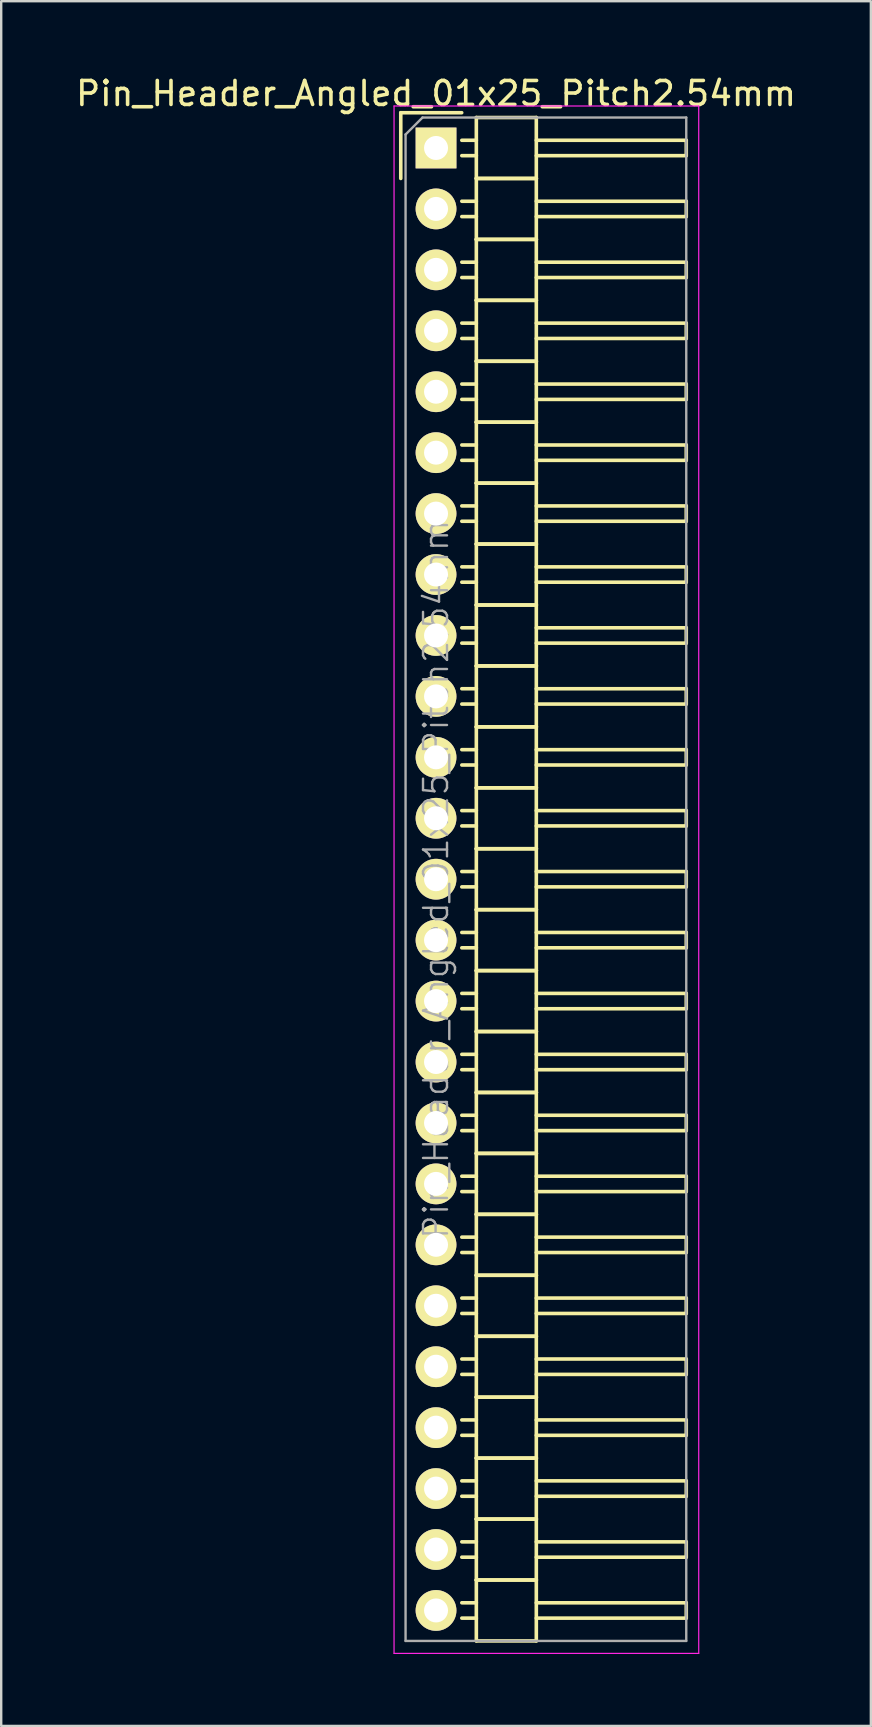
<source format=kicad_pcb>
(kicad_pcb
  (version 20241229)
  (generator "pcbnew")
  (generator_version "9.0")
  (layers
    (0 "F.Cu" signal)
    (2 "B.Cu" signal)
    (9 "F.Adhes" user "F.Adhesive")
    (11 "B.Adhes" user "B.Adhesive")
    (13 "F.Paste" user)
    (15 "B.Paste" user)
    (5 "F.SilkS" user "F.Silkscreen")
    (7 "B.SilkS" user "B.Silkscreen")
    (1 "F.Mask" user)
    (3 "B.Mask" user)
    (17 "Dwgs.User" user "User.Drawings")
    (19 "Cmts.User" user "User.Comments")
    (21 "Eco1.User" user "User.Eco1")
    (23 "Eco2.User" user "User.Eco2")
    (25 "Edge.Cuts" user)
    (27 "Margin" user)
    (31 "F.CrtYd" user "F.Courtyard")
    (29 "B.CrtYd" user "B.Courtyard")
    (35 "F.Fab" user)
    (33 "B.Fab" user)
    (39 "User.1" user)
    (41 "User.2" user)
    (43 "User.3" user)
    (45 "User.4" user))
  (footprint "Pin_Header_Angled_01x25_Pitch2.54mm"
    (layer "F.Cu")
    (at 15.125 3.118)
    (property "Reference" "Pin_Header_Angled_01x25_Pitch2.54mm" (at 0 -2.27 0) (layer "F.SilkS") (effects (font (size 1 1) (thickness 0.15))))
    (attr smd)
    (fp_line (start -1.47 -1.47) (end -1.47 1.27) (stroke (width 0.15) (type solid)) (layer "F.SilkS"))
    (fp_line (start -1.47 -1.47) (end 1.07 -1.47) (stroke (width 0.15) (type solid)) (layer "F.SilkS"))
    (fp_line (start 1.68 -0.32) (end 1.075 -0.32) (stroke (width 0.15) (type solid)) (layer "F.SilkS"))
    (fp_line (start 1.68 0.32) (end 1.075 0.32) (stroke (width 0.15) (type solid)) (layer "F.SilkS"))
    (fp_line (start 1.68 1.27) (end 1.68 -1.27) (stroke (width 0.15) (type solid)) (layer "F.SilkS"))
    (fp_line (start 1.68 2.22) (end 1.075 2.22) (stroke (width 0.15) (type solid)) (layer "F.SilkS"))
    (fp_line (start 1.68 2.86) (end 1.075 2.86) (stroke (width 0.15) (type solid)) (layer "F.SilkS"))
    (fp_line (start 1.68 3.81) (end 1.68 1.27) (stroke (width 0.15) (type solid)) (layer "F.SilkS"))
    (fp_line (start 1.68 4.76) (end 1.075 4.76) (stroke (width 0.15) (type solid)) (layer "F.SilkS"))
    (fp_line (start 1.68 5.4) (end 1.075 5.4) (stroke (width 0.15) (type solid)) (layer "F.SilkS"))
    (fp_line (start 1.68 6.35) (end 1.68 3.81) (stroke (width 0.15) (type solid)) (layer "F.SilkS"))
    (fp_line (start 1.68 7.3) (end 1.075 7.3) (stroke (width 0.15) (type solid)) (layer "F.SilkS"))
    (fp_line (start 1.68 7.94) (end 1.075 7.94) (stroke (width 0.15) (type solid)) (layer "F.SilkS"))
    (fp_line (start 1.68 8.89) (end 1.68 6.35) (stroke (width 0.15) (type solid)) (layer "F.SilkS"))
    (fp_line (start 1.68 9.84) (end 1.075 9.84) (stroke (width 0.15) (type solid)) (layer "F.SilkS"))
    (fp_line (start 1.68 10.48) (end 1.075 10.48) (stroke (width 0.15) (type solid)) (layer "F.SilkS"))
    (fp_line (start 1.68 11.43) (end 1.68 8.89) (stroke (width 0.15) (type solid)) (layer "F.SilkS"))
    (fp_line (start 1.68 12.38) (end 1.075 12.38) (stroke (width 0.15) (type solid)) (layer "F.SilkS"))
    (fp_line (start 1.68 13.02) (end 1.075 13.02) (stroke (width 0.15) (type solid)) (layer "F.SilkS"))
    (fp_line (start 1.68 13.97) (end 1.68 11.43) (stroke (width 0.15) (type solid)) (layer "F.SilkS"))
    (fp_line (start 1.68 14.92) (end 1.075 14.92) (stroke (width 0.15) (type solid)) (layer "F.SilkS"))
    (fp_line (start 1.68 15.56) (end 1.075 15.56) (stroke (width 0.15) (type solid)) (layer "F.SilkS"))
    (fp_line (start 1.68 16.51) (end 1.68 13.97) (stroke (width 0.15) (type solid)) (layer "F.SilkS"))
    (fp_line (start 1.68 17.46) (end 1.075 17.46) (stroke (width 0.15) (type solid)) (layer "F.SilkS"))
    (fp_line (start 1.68 18.1) (end 1.075 18.1) (stroke (width 0.15) (type solid)) (layer "F.SilkS"))
    (fp_line (start 1.68 19.05) (end 1.68 16.51) (stroke (width 0.15) (type solid)) (layer "F.SilkS"))
    (fp_line (start 1.68 20) (end 1.075 20) (stroke (width 0.15) (type solid)) (layer "F.SilkS"))
    (fp_line (start 1.68 20.64) (end 1.075 20.64) (stroke (width 0.15) (type solid)) (layer "F.SilkS"))
    (fp_line (start 1.68 21.59) (end 1.68 19.05) (stroke (width 0.15) (type solid)) (layer "F.SilkS"))
    (fp_line (start 1.68 22.54) (end 1.075 22.54) (stroke (width 0.15) (type solid)) (layer "F.SilkS"))
    (fp_line (start 1.68 23.18) (end 1.075 23.18) (stroke (width 0.15) (type solid)) (layer "F.SilkS"))
    (fp_line (start 1.68 24.13) (end 1.68 21.59) (stroke (width 0.15) (type solid)) (layer "F.SilkS"))
    (fp_line (start 1.68 25.08) (end 1.075 25.08) (stroke (width 0.15) (type solid)) (layer "F.SilkS"))
    (fp_line (start 1.68 25.72) (end 1.075 25.72) (stroke (width 0.15) (type solid)) (layer "F.SilkS"))
    (fp_line (start 1.68 26.67) (end 1.68 24.13) (stroke (width 0.15) (type solid)) (layer "F.SilkS"))
    (fp_line (start 1.68 27.62) (end 1.075 27.62) (stroke (width 0.15) (type solid)) (layer "F.SilkS"))
    (fp_line (start 1.68 28.26) (end 1.075 28.26) (stroke (width 0.15) (type solid)) (layer "F.SilkS"))
    (fp_line (start 1.68 29.21) (end 1.68 26.67) (stroke (width 0.15) (type solid)) (layer "F.SilkS"))
    (fp_line (start 1.68 30.16) (end 1.075 30.16) (stroke (width 0.15) (type solid)) (layer "F.SilkS"))
    (fp_line (start 1.68 30.8) (end 1.075 30.8) (stroke (width 0.15) (type solid)) (layer "F.SilkS"))
    (fp_line (start 1.68 31.75) (end 1.68 29.21) (stroke (width 0.15) (type solid)) (layer "F.SilkS"))
    (fp_line (start 1.68 32.7) (end 1.075 32.7) (stroke (width 0.15) (type solid)) (layer "F.SilkS"))
    (fp_line (start 1.68 33.34) (end 1.075 33.34) (stroke (width 0.15) (type solid)) (layer "F.SilkS"))
    (fp_line (start 1.68 34.29) (end 1.68 31.75) (stroke (width 0.15) (type solid)) (layer "F.SilkS"))
    (fp_line (start 1.68 35.24) (end 1.075 35.24) (stroke (width 0.15) (type solid)) (layer "F.SilkS"))
    (fp_line (start 1.68 35.88) (end 1.075 35.88) (stroke (width 0.15) (type solid)) (layer "F.SilkS"))
    (fp_line (start 1.68 36.83) (end 1.68 34.29) (stroke (width 0.15) (type solid)) (layer "F.SilkS"))
    (fp_line (start 1.68 37.78) (end 1.075 37.78) (stroke (width 0.15) (type solid)) (layer "F.SilkS"))
    (fp_line (start 1.68 38.42) (end 1.075 38.42) (stroke (width 0.15) (type solid)) (layer "F.SilkS"))
    (fp_line (start 1.68 39.37) (end 1.68 36.83) (stroke (width 0.15) (type solid)) (layer "F.SilkS"))
    (fp_line (start 1.68 40.32) (end 1.075 40.32) (stroke (width 0.15) (type solid)) (layer "F.SilkS"))
    (fp_line (start 1.68 40.96) (end 1.075 40.96) (stroke (width 0.15) (type solid)) (layer "F.SilkS"))
    (fp_line (start 1.68 41.91) (end 1.68 39.37) (stroke (width 0.15) (type solid)) (layer "F.SilkS"))
    (fp_line (start 1.68 42.86) (end 1.075 42.86) (stroke (width 0.15) (type solid)) (layer "F.SilkS"))
    (fp_line (start 1.68 43.5) (end 1.075 43.5) (stroke (width 0.15) (type solid)) (layer "F.SilkS"))
    (fp_line (start 1.68 44.45) (end 1.68 41.91) (stroke (width 0.15) (type solid)) (layer "F.SilkS"))
    (fp_line (start 1.68 45.4) (end 1.075 45.4) (stroke (width 0.15) (type solid)) (layer "F.SilkS"))
    (fp_line (start 1.68 46.04) (end 1.075 46.04) (stroke (width 0.15) (type solid)) (layer "F.SilkS"))
    (fp_line (start 1.68 46.99) (end 1.68 44.45) (stroke (width 0.15) (type solid)) (layer "F.SilkS"))
    (fp_line (start 1.68 47.94) (end 1.075 47.94) (stroke (width 0.15) (type solid)) (layer "F.SilkS"))
    (fp_line (start 1.68 48.58) (end 1.075 48.58) (stroke (width 0.15) (type solid)) (layer "F.SilkS"))
    (fp_line (start 1.68 49.53) (end 1.68 46.99) (stroke (width 0.15) (type solid)) (layer "F.SilkS"))
    (fp_line (start 1.68 50.48) (end 1.075 50.48) (stroke (width 0.15) (type solid)) (layer "F.SilkS"))
    (fp_line (start 1.68 51.12) (end 1.075 51.12) (stroke (width 0.15) (type solid)) (layer "F.SilkS"))
    (fp_line (start 1.68 52.07) (end 1.68 49.53) (stroke (width 0.15) (type solid)) (layer "F.SilkS"))
    (fp_line (start 1.68 53.02) (end 1.075 53.02) (stroke (width 0.15) (type solid)) (layer "F.SilkS"))
    (fp_line (start 1.68 53.66) (end 1.075 53.66) (stroke (width 0.15) (type solid)) (layer "F.SilkS"))
    (fp_line (start 1.68 54.61) (end 1.68 52.07) (stroke (width 0.15) (type solid)) (layer "F.SilkS"))
    (fp_line (start 1.68 55.56) (end 1.075 55.56) (stroke (width 0.15) (type solid)) (layer "F.SilkS"))
    (fp_line (start 1.68 56.2) (end 1.075 56.2) (stroke (width 0.15) (type solid)) (layer "F.SilkS"))
    (fp_line (start 1.68 57.15) (end 1.68 54.61) (stroke (width 0.15) (type solid)) (layer "F.SilkS"))
    (fp_line (start 1.68 58.1) (end 1.075 58.1) (stroke (width 0.15) (type solid)) (layer "F.SilkS"))
    (fp_line (start 1.68 58.74) (end 1.075 58.74) (stroke (width 0.15) (type solid)) (layer "F.SilkS"))
    (fp_line (start 1.68 59.69) (end 1.68 57.15) (stroke (width 0.15) (type solid)) (layer "F.SilkS"))
    (fp_line (start 1.68 60.64) (end 1.075 60.64) (stroke (width 0.15) (type solid)) (layer "F.SilkS"))
    (fp_line (start 1.68 61.28) (end 1.075 61.28) (stroke (width 0.15) (type solid)) (layer "F.SilkS"))
    (fp_line (start 1.68 62.23) (end 1.68 59.69) (stroke (width 0.15) (type solid)) (layer "F.SilkS"))
    (fp_line (start 4.18 -1.27) (end 1.68 -1.27) (stroke (width 0.15) (type solid)) (layer "F.SilkS"))
    (fp_line (start 4.18 -0.32) (end 10.43 -0.32) (stroke (width 0.15) (type solid)) (layer "F.SilkS"))
    (fp_line (start 4.18 0.32) (end 10.43 0.32) (stroke (width 0.15) (type solid)) (layer "F.SilkS"))
    (fp_line (start 4.18 1.27) (end 1.68 1.27) (stroke (width 0.15) (type solid)) (layer "F.SilkS"))
    (fp_line (start 4.18 1.27) (end 1.68 1.27) (stroke (width 0.15) (type solid)) (layer "F.SilkS"))
    (fp_line (start 4.18 1.27) (end 4.18 -1.27) (stroke (width 0.15) (type solid)) (layer "F.SilkS"))
    (fp_line (start 4.18 2.22) (end 10.43 2.22) (stroke (width 0.15) (type solid)) (layer "F.SilkS"))
    (fp_line (start 4.18 2.86) (end 10.43 2.86) (stroke (width 0.15) (type solid)) (layer "F.SilkS"))
    (fp_line (start 4.18 3.81) (end 1.68 3.81) (stroke (width 0.15) (type solid)) (layer "F.SilkS"))
    (fp_line (start 4.18 3.81) (end 1.68 3.81) (stroke (width 0.15) (type solid)) (layer "F.SilkS"))
    (fp_line (start 4.18 3.81) (end 4.18 1.27) (stroke (width 0.15) (type solid)) (layer "F.SilkS"))
    (fp_line (start 4.18 4.76) (end 10.43 4.76) (stroke (width 0.15) (type solid)) (layer "F.SilkS"))
    (fp_line (start 4.18 5.4) (end 10.43 5.4) (stroke (width 0.15) (type solid)) (layer "F.SilkS"))
    (fp_line (start 4.18 6.35) (end 1.68 6.35) (stroke (width 0.15) (type solid)) (layer "F.SilkS"))
    (fp_line (start 4.18 6.35) (end 1.68 6.35) (stroke (width 0.15) (type solid)) (layer "F.SilkS"))
    (fp_line (start 4.18 6.35) (end 4.18 3.81) (stroke (width 0.15) (type solid)) (layer "F.SilkS"))
    (fp_line (start 4.18 7.3) (end 10.43 7.3) (stroke (width 0.15) (type solid)) (layer "F.SilkS"))
    (fp_line (start 4.18 7.94) (end 10.43 7.94) (stroke (width 0.15) (type solid)) (layer "F.SilkS"))
    (fp_line (start 4.18 8.89) (end 1.68 8.89) (stroke (width 0.15) (type solid)) (layer "F.SilkS"))
    (fp_line (start 4.18 8.89) (end 1.68 8.89) (stroke (width 0.15) (type solid)) (layer "F.SilkS"))
    (fp_line (start 4.18 8.89) (end 4.18 6.35) (stroke (width 0.15) (type solid)) (layer "F.SilkS"))
    (fp_line (start 4.18 9.84) (end 10.43 9.84) (stroke (width 0.15) (type solid)) (layer "F.SilkS"))
    (fp_line (start 4.18 10.48) (end 10.43 10.48) (stroke (width 0.15) (type solid)) (layer "F.SilkS"))
    (fp_line (start 4.18 11.43) (end 1.68 11.43) (stroke (width 0.15) (type solid)) (layer "F.SilkS"))
    (fp_line (start 4.18 11.43) (end 1.68 11.43) (stroke (width 0.15) (type solid)) (layer "F.SilkS"))
    (fp_line (start 4.18 11.43) (end 4.18 8.89) (stroke (width 0.15) (type solid)) (layer "F.SilkS"))
    (fp_line (start 4.18 12.38) (end 10.43 12.38) (stroke (width 0.15) (type solid)) (layer "F.SilkS"))
    (fp_line (start 4.18 13.02) (end 10.43 13.02) (stroke (width 0.15) (type solid)) (layer "F.SilkS"))
    (fp_line (start 4.18 13.97) (end 1.68 13.97) (stroke (width 0.15) (type solid)) (layer "F.SilkS"))
    (fp_line (start 4.18 13.97) (end 1.68 13.97) (stroke (width 0.15) (type solid)) (layer "F.SilkS"))
    (fp_line (start 4.18 13.97) (end 4.18 11.43) (stroke (width 0.15) (type solid)) (layer "F.SilkS"))
    (fp_line (start 4.18 14.92) (end 10.43 14.92) (stroke (width 0.15) (type solid)) (layer "F.SilkS"))
    (fp_line (start 4.18 15.56) (end 10.43 15.56) (stroke (width 0.15) (type solid)) (layer "F.SilkS"))
    (fp_line (start 4.18 16.51) (end 1.68 16.51) (stroke (width 0.15) (type solid)) (layer "F.SilkS"))
    (fp_line (start 4.18 16.51) (end 1.68 16.51) (stroke (width 0.15) (type solid)) (layer "F.SilkS"))
    (fp_line (start 4.18 16.51) (end 4.18 13.97) (stroke (width 0.15) (type solid)) (layer "F.SilkS"))
    (fp_line (start 4.18 17.46) (end 10.43 17.46) (stroke (width 0.15) (type solid)) (layer "F.SilkS"))
    (fp_line (start 4.18 18.1) (end 10.43 18.1) (stroke (width 0.15) (type solid)) (layer "F.SilkS"))
    (fp_line (start 4.18 19.05) (end 1.68 19.05) (stroke (width 0.15) (type solid)) (layer "F.SilkS"))
    (fp_line (start 4.18 19.05) (end 1.68 19.05) (stroke (width 0.15) (type solid)) (layer "F.SilkS"))
    (fp_line (start 4.18 19.05) (end 4.18 16.51) (stroke (width 0.15) (type solid)) (layer "F.SilkS"))
    (fp_line (start 4.18 20) (end 10.43 20) (stroke (width 0.15) (type solid)) (layer "F.SilkS"))
    (fp_line (start 4.18 20.64) (end 10.43 20.64) (stroke (width 0.15) (type solid)) (layer "F.SilkS"))
    (fp_line (start 4.18 21.59) (end 1.68 21.59) (stroke (width 0.15) (type solid)) (layer "F.SilkS"))
    (fp_line (start 4.18 21.59) (end 1.68 21.59) (stroke (width 0.15) (type solid)) (layer "F.SilkS"))
    (fp_line (start 4.18 21.59) (end 4.18 19.05) (stroke (width 0.15) (type solid)) (layer "F.SilkS"))
    (fp_line (start 4.18 22.54) (end 10.43 22.54) (stroke (width 0.15) (type solid)) (layer "F.SilkS"))
    (fp_line (start 4.18 23.18) (end 10.43 23.18) (stroke (width 0.15) (type solid)) (layer "F.SilkS"))
    (fp_line (start 4.18 24.13) (end 1.68 24.13) (stroke (width 0.15) (type solid)) (layer "F.SilkS"))
    (fp_line (start 4.18 24.13) (end 1.68 24.13) (stroke (width 0.15) (type solid)) (layer "F.SilkS"))
    (fp_line (start 4.18 24.13) (end 4.18 21.59) (stroke (width 0.15) (type solid)) (layer "F.SilkS"))
    (fp_line (start 4.18 25.08) (end 10.43 25.08) (stroke (width 0.15) (type solid)) (layer "F.SilkS"))
    (fp_line (start 4.18 25.72) (end 10.43 25.72) (stroke (width 0.15) (type solid)) (layer "F.SilkS"))
    (fp_line (start 4.18 26.67) (end 1.68 26.67) (stroke (width 0.15) (type solid)) (layer "F.SilkS"))
    (fp_line (start 4.18 26.67) (end 1.68 26.67) (stroke (width 0.15) (type solid)) (layer "F.SilkS"))
    (fp_line (start 4.18 26.67) (end 4.18 24.13) (stroke (width 0.15) (type solid)) (layer "F.SilkS"))
    (fp_line (start 4.18 27.62) (end 10.43 27.62) (stroke (width 0.15) (type solid)) (layer "F.SilkS"))
    (fp_line (start 4.18 28.26) (end 10.43 28.26) (stroke (width 0.15) (type solid)) (layer "F.SilkS"))
    (fp_line (start 4.18 29.21) (end 1.68 29.21) (stroke (width 0.15) (type solid)) (layer "F.SilkS"))
    (fp_line (start 4.18 29.21) (end 1.68 29.21) (stroke (width 0.15) (type solid)) (layer "F.SilkS"))
    (fp_line (start 4.18 29.21) (end 4.18 26.67) (stroke (width 0.15) (type solid)) (layer "F.SilkS"))
    (fp_line (start 4.18 30.16) (end 10.43 30.16) (stroke (width 0.15) (type solid)) (layer "F.SilkS"))
    (fp_line (start 4.18 30.8) (end 10.43 30.8) (stroke (width 0.15) (type solid)) (layer "F.SilkS"))
    (fp_line (start 4.18 31.75) (end 1.68 31.75) (stroke (width 0.15) (type solid)) (layer "F.SilkS"))
    (fp_line (start 4.18 31.75) (end 1.68 31.75) (stroke (width 0.15) (type solid)) (layer "F.SilkS"))
    (fp_line (start 4.18 31.75) (end 4.18 29.21) (stroke (width 0.15) (type solid)) (layer "F.SilkS"))
    (fp_line (start 4.18 32.7) (end 10.43 32.7) (stroke (width 0.15) (type solid)) (layer "F.SilkS"))
    (fp_line (start 4.18 33.34) (end 10.43 33.34) (stroke (width 0.15) (type solid)) (layer "F.SilkS"))
    (fp_line (start 4.18 34.29) (end 1.68 34.29) (stroke (width 0.15) (type solid)) (layer "F.SilkS"))
    (fp_line (start 4.18 34.29) (end 1.68 34.29) (stroke (width 0.15) (type solid)) (layer "F.SilkS"))
    (fp_line (start 4.18 34.29) (end 4.18 31.75) (stroke (width 0.15) (type solid)) (layer "F.SilkS"))
    (fp_line (start 4.18 35.24) (end 10.43 35.24) (stroke (width 0.15) (type solid)) (layer "F.SilkS"))
    (fp_line (start 4.18 35.88) (end 10.43 35.88) (stroke (width 0.15) (type solid)) (layer "F.SilkS"))
    (fp_line (start 4.18 36.83) (end 1.68 36.83) (stroke (width 0.15) (type solid)) (layer "F.SilkS"))
    (fp_line (start 4.18 36.83) (end 1.68 36.83) (stroke (width 0.15) (type solid)) (layer "F.SilkS"))
    (fp_line (start 4.18 36.83) (end 4.18 34.29) (stroke (width 0.15) (type solid)) (layer "F.SilkS"))
    (fp_line (start 4.18 37.78) (end 10.43 37.78) (stroke (width 0.15) (type solid)) (layer "F.SilkS"))
    (fp_line (start 4.18 38.42) (end 10.43 38.42) (stroke (width 0.15) (type solid)) (layer "F.SilkS"))
    (fp_line (start 4.18 39.37) (end 1.68 39.37) (stroke (width 0.15) (type solid)) (layer "F.SilkS"))
    (fp_line (start 4.18 39.37) (end 1.68 39.37) (stroke (width 0.15) (type solid)) (layer "F.SilkS"))
    (fp_line (start 4.18 39.37) (end 4.18 36.83) (stroke (width 0.15) (type solid)) (layer "F.SilkS"))
    (fp_line (start 4.18 40.32) (end 10.43 40.32) (stroke (width 0.15) (type solid)) (layer "F.SilkS"))
    (fp_line (start 4.18 40.96) (end 10.43 40.96) (stroke (width 0.15) (type solid)) (layer "F.SilkS"))
    (fp_line (start 4.18 41.91) (end 1.68 41.91) (stroke (width 0.15) (type solid)) (layer "F.SilkS"))
    (fp_line (start 4.18 41.91) (end 1.68 41.91) (stroke (width 0.15) (type solid)) (layer "F.SilkS"))
    (fp_line (start 4.18 41.91) (end 4.18 39.37) (stroke (width 0.15) (type solid)) (layer "F.SilkS"))
    (fp_line (start 4.18 42.86) (end 10.43 42.86) (stroke (width 0.15) (type solid)) (layer "F.SilkS"))
    (fp_line (start 4.18 43.5) (end 10.43 43.5) (stroke (width 0.15) (type solid)) (layer "F.SilkS"))
    (fp_line (start 4.18 44.45) (end 1.68 44.45) (stroke (width 0.15) (type solid)) (layer "F.SilkS"))
    (fp_line (start 4.18 44.45) (end 1.68 44.45) (stroke (width 0.15) (type solid)) (layer "F.SilkS"))
    (fp_line (start 4.18 44.45) (end 4.18 41.91) (stroke (width 0.15) (type solid)) (layer "F.SilkS"))
    (fp_line (start 4.18 45.4) (end 10.43 45.4) (stroke (width 0.15) (type solid)) (layer "F.SilkS"))
    (fp_line (start 4.18 46.04) (end 10.43 46.04) (stroke (width 0.15) (type solid)) (layer "F.SilkS"))
    (fp_line (start 4.18 46.99) (end 1.68 46.99) (stroke (width 0.15) (type solid)) (layer "F.SilkS"))
    (fp_line (start 4.18 46.99) (end 1.68 46.99) (stroke (width 0.15) (type solid)) (layer "F.SilkS"))
    (fp_line (start 4.18 46.99) (end 4.18 44.45) (stroke (width 0.15) (type solid)) (layer "F.SilkS"))
    (fp_line (start 4.18 47.94) (end 10.43 47.94) (stroke (width 0.15) (type solid)) (layer "F.SilkS"))
    (fp_line (start 4.18 48.58) (end 10.43 48.58) (stroke (width 0.15) (type solid)) (layer "F.SilkS"))
    (fp_line (start 4.18 49.53) (end 1.68 49.53) (stroke (width 0.15) (type solid)) (layer "F.SilkS"))
    (fp_line (start 4.18 49.53) (end 1.68 49.53) (stroke (width 0.15) (type solid)) (layer "F.SilkS"))
    (fp_line (start 4.18 49.53) (end 4.18 46.99) (stroke (width 0.15) (type solid)) (layer "F.SilkS"))
    (fp_line (start 4.18 50.48) (end 10.43 50.48) (stroke (width 0.15) (type solid)) (layer "F.SilkS"))
    (fp_line (start 4.18 51.12) (end 10.43 51.12) (stroke (width 0.15) (type solid)) (layer "F.SilkS"))
    (fp_line (start 4.18 52.07) (end 1.68 52.07) (stroke (width 0.15) (type solid)) (layer "F.SilkS"))
    (fp_line (start 4.18 52.07) (end 1.68 52.07) (stroke (width 0.15) (type solid)) (layer "F.SilkS"))
    (fp_line (start 4.18 52.07) (end 4.18 49.53) (stroke (width 0.15) (type solid)) (layer "F.SilkS"))
    (fp_line (start 4.18 53.02) (end 10.43 53.02) (stroke (width 0.15) (type solid)) (layer "F.SilkS"))
    (fp_line (start 4.18 53.66) (end 10.43 53.66) (stroke (width 0.15) (type solid)) (layer "F.SilkS"))
    (fp_line (start 4.18 54.61) (end 1.68 54.61) (stroke (width 0.15) (type solid)) (layer "F.SilkS"))
    (fp_line (start 4.18 54.61) (end 1.68 54.61) (stroke (width 0.15) (type solid)) (layer "F.SilkS"))
    (fp_line (start 4.18 54.61) (end 4.18 52.07) (stroke (width 0.15) (type solid)) (layer "F.SilkS"))
    (fp_line (start 4.18 55.56) (end 10.43 55.56) (stroke (width 0.15) (type solid)) (layer "F.SilkS"))
    (fp_line (start 4.18 56.2) (end 10.43 56.2) (stroke (width 0.15) (type solid)) (layer "F.SilkS"))
    (fp_line (start 4.18 57.15) (end 1.68 57.15) (stroke (width 0.15) (type solid)) (layer "F.SilkS"))
    (fp_line (start 4.18 57.15) (end 1.68 57.15) (stroke (width 0.15) (type solid)) (layer "F.SilkS"))
    (fp_line (start 4.18 57.15) (end 4.18 54.61) (stroke (width 0.15) (type solid)) (layer "F.SilkS"))
    (fp_line (start 4.18 58.1) (end 10.43 58.1) (stroke (width 0.15) (type solid)) (layer "F.SilkS"))
    (fp_line (start 4.18 58.74) (end 10.43 58.74) (stroke (width 0.15) (type solid)) (layer "F.SilkS"))
    (fp_line (start 4.18 59.69) (end 1.68 59.69) (stroke (width 0.15) (type solid)) (layer "F.SilkS"))
    (fp_line (start 4.18 59.69) (end 1.68 59.69) (stroke (width 0.15) (type solid)) (layer "F.SilkS"))
    (fp_line (start 4.18 59.69) (end 4.18 57.15) (stroke (width 0.15) (type solid)) (layer "F.SilkS"))
    (fp_line (start 4.18 60.64) (end 10.43 60.64) (stroke (width 0.15) (type solid)) (layer "F.SilkS"))
    (fp_line (start 4.18 61.28) (end 10.43 61.28) (stroke (width 0.15) (type solid)) (layer "F.SilkS"))
    (fp_line (start 4.18 62.23) (end 1.68 62.23) (stroke (width 0.15) (type solid)) (layer "F.SilkS"))
    (fp_line (start 4.18 62.23) (end 4.18 59.69) (stroke (width 0.15) (type solid)) (layer "F.SilkS"))
    (fp_line (start 10.43 0.32) (end 10.43 -0.32) (stroke (width 0.15) (type solid)) (layer "F.SilkS"))
    (fp_line (start 10.43 2.86) (end 10.43 2.22) (stroke (width 0.15) (type solid)) (layer "F.SilkS"))
    (fp_line (start 10.43 5.4) (end 10.43 4.76) (stroke (width 0.15) (type solid)) (layer "F.SilkS"))
    (fp_line (start 10.43 7.94) (end 10.43 7.3) (stroke (width 0.15) (type solid)) (layer "F.SilkS"))
    (fp_line (start 10.43 10.48) (end 10.43 9.84) (stroke (width 0.15) (type solid)) (layer "F.SilkS"))
    (fp_line (start 10.43 13.02) (end 10.43 12.38) (stroke (width 0.15) (type solid)) (layer "F.SilkS"))
    (fp_line (start 10.43 15.56) (end 10.43 14.92) (stroke (width 0.15) (type solid)) (layer "F.SilkS"))
    (fp_line (start 10.43 18.1) (end 10.43 17.46) (stroke (width 0.15) (type solid)) (layer "F.SilkS"))
    (fp_line (start 10.43 20.64) (end 10.43 20) (stroke (width 0.15) (type solid)) (layer "F.SilkS"))
    (fp_line (start 10.43 23.18) (end 10.43 22.54) (stroke (width 0.15) (type solid)) (layer "F.SilkS"))
    (fp_line (start 10.43 25.72) (end 10.43 25.08) (stroke (width 0.15) (type solid)) (layer "F.SilkS"))
    (fp_line (start 10.43 28.26) (end 10.43 27.62) (stroke (width 0.15) (type solid)) (layer "F.SilkS"))
    (fp_line (start 10.43 30.8) (end 10.43 30.16) (stroke (width 0.15) (type solid)) (layer "F.SilkS"))
    (fp_line (start 10.43 33.34) (end 10.43 32.7) (stroke (width 0.15) (type solid)) (layer "F.SilkS"))
    (fp_line (start 10.43 35.88) (end 10.43 35.24) (stroke (width 0.15) (type solid)) (layer "F.SilkS"))
    (fp_line (start 10.43 38.42) (end 10.43 37.78) (stroke (width 0.15) (type solid)) (layer "F.SilkS"))
    (fp_line (start 10.43 40.96) (end 10.43 40.32) (stroke (width 0.15) (type solid)) (layer "F.SilkS"))
    (fp_line (start 10.43 43.5) (end 10.43 42.86) (stroke (width 0.15) (type solid)) (layer "F.SilkS"))
    (fp_line (start 10.43 46.04) (end 10.43 45.4) (stroke (width 0.15) (type solid)) (layer "F.SilkS"))
    (fp_line (start 10.43 48.58) (end 10.43 47.94) (stroke (width 0.15) (type solid)) (layer "F.SilkS"))
    (fp_line (start 10.43 51.12) (end 10.43 50.48) (stroke (width 0.15) (type solid)) (layer "F.SilkS"))
    (fp_line (start 10.43 53.66) (end 10.43 53.02) (stroke (width 0.15) (type solid)) (layer "F.SilkS"))
    (fp_line (start 10.43 56.2) (end 10.43 55.56) (stroke (width 0.15) (type solid)) (layer "F.SilkS"))
    (fp_line (start 10.43 58.74) (end 10.43 58.1) (stroke (width 0.15) (type solid)) (layer "F.SilkS"))
    (fp_line (start 10.43 61.28) (end 10.43 60.64) (stroke (width 0.15) (type solid)) (layer "F.SilkS"))
    (fp_line (start -1.75 -1.75) (end -1.75 62.75) (stroke (width 0.05) (type solid)) (layer "F.CrtYd"))
    (fp_line (start 10.95 -1.75) (end -1.75 -1.75) (stroke (width 0.05) (type solid)) (layer "F.CrtYd"))
    (fp_line (start 10.95 -1.75) (end 10.95 62.75) (stroke (width 0.05) (type solid)) (layer "F.CrtYd"))
    (fp_line (start 10.95 62.75) (end -1.75 62.75) (stroke (width 0.05) (type solid)) (layer "F.CrtYd"))
    (fp_line (start -1.27 -0.563) (end -0.563 -1.27) (stroke (width 0.1) (type solid)) (layer "F.Fab"))
    (fp_line (start -1.27 62.23) (end -1.27 -0.563) (stroke (width 0.1) (type solid)) (layer "F.Fab"))
    (fp_line (start 10.43 -1.27) (end -0.563 -1.27) (stroke (width 0.1) (type solid)) (layer "F.Fab"))
    (fp_line (start 10.43 62.23) (end -1.27 62.23) (stroke (width 0.1) (type solid)) (layer "F.Fab"))
    (fp_line (start 10.43 62.23) (end 10.43 -1.27) (stroke (width 0.1) (type solid)) (layer "F.Fab"))
    (fp_text user "${REFERENCE}" (at 0 30.48 90) (layer "F.Fab") (effects (font (size 1 1) (thickness 0.1))))
    (pad "1" thru_hole rect (at 0 0) (size 1.7 1.7) (drill 1) (layers "*.Cu" "*.Mask" "F.SilkS"))
    (pad "2" thru_hole oval (at 0 2.54) (size 1.7 1.7) (drill 1) (layers "*.Cu" "*.Mask" "F.SilkS"))
    (pad "3" thru_hole oval (at 0 5.08) (size 1.7 1.7) (drill 1) (layers "*.Cu" "*.Mask" "F.SilkS"))
    (pad "4" thru_hole oval (at 0 7.62) (size 1.7 1.7) (drill 1) (layers "*.Cu" "*.Mask" "F.SilkS"))
    (pad "5" thru_hole oval (at 0 10.16) (size 1.7 1.7) (drill 1) (layers "*.Cu" "*.Mask" "F.SilkS"))
    (pad "6" thru_hole oval (at 0 12.7) (size 1.7 1.7) (drill 1) (layers "*.Cu" "*.Mask" "F.SilkS"))
    (pad "7" thru_hole oval (at 0 15.24) (size 1.7 1.7) (drill 1) (layers "*.Cu" "*.Mask" "F.SilkS"))
    (pad "8" thru_hole oval (at 0 17.78) (size 1.7 1.7) (drill 1) (layers "*.Cu" "*.Mask" "F.SilkS"))
    (pad "9" thru_hole oval (at 0 20.32) (size 1.7 1.7) (drill 1) (layers "*.Cu" "*.Mask" "F.SilkS"))
    (pad "10" thru_hole oval (at 0 22.86) (size 1.7 1.7) (drill 1) (layers "*.Cu" "*.Mask" "F.SilkS"))
    (pad "11" thru_hole oval (at 0 25.4) (size 1.7 1.7) (drill 1) (layers "*.Cu" "*.Mask" "F.SilkS"))
    (pad "12" thru_hole oval (at 0 27.94) (size 1.7 1.7) (drill 1) (layers "*.Cu" "*.Mask" "F.SilkS"))
    (pad "13" thru_hole oval (at 0 30.48) (size 1.7 1.7) (drill 1) (layers "*.Cu" "*.Mask" "F.SilkS"))
    (pad "14" thru_hole oval (at 0 33.02) (size 1.7 1.7) (drill 1) (layers "*.Cu" "*.Mask" "F.SilkS"))
    (pad "15" thru_hole oval (at 0 35.56) (size 1.7 1.7) (drill 1) (layers "*.Cu" "*.Mask" "F.SilkS"))
    (pad "16" thru_hole oval (at 0 38.1) (size 1.7 1.7) (drill 1) (layers "*.Cu" "*.Mask" "F.SilkS"))
    (pad "17" thru_hole oval (at 0 40.64) (size 1.7 1.7) (drill 1) (layers "*.Cu" "*.Mask" "F.SilkS"))
    (pad "18" thru_hole oval (at 0 43.18) (size 1.7 1.7) (drill 1) (layers "*.Cu" "*.Mask" "F.SilkS"))
    (pad "19" thru_hole oval (at 0 45.72) (size 1.7 1.7) (drill 1) (layers "*.Cu" "*.Mask" "F.SilkS"))
    (pad "20" thru_hole oval (at 0 48.26) (size 1.7 1.7) (drill 1) (layers "*.Cu" "*.Mask" "F.SilkS"))
    (pad "21" thru_hole oval (at 0 50.8) (size 1.7 1.7) (drill 1) (layers "*.Cu" "*.Mask" "F.SilkS"))
    (pad "22" thru_hole oval (at 0 53.34) (size 1.7 1.7) (drill 1) (layers "*.Cu" "*.Mask" "F.SilkS"))
    (pad "23" thru_hole oval (at 0 55.88) (size 1.7 1.7) (drill 1) (layers "*.Cu" "*.Mask" "F.SilkS"))
    (pad "24" thru_hole oval (at 0 58.42) (size 1.7 1.7) (drill 1) (layers "*.Cu" "*.Mask" "F.SilkS"))
    (pad "25" thru_hole oval (at 0 60.96) (size 1.7 1.7) (drill 1) (layers "*.Cu" "*.Mask" "F.SilkS")))
  (gr_rect
    (start -3 -3)
    (end 33.25 68.893)
    (stroke (width 0.1) (type default))
    (fill no)
    (layer "Edge.Cuts")))
</source>
